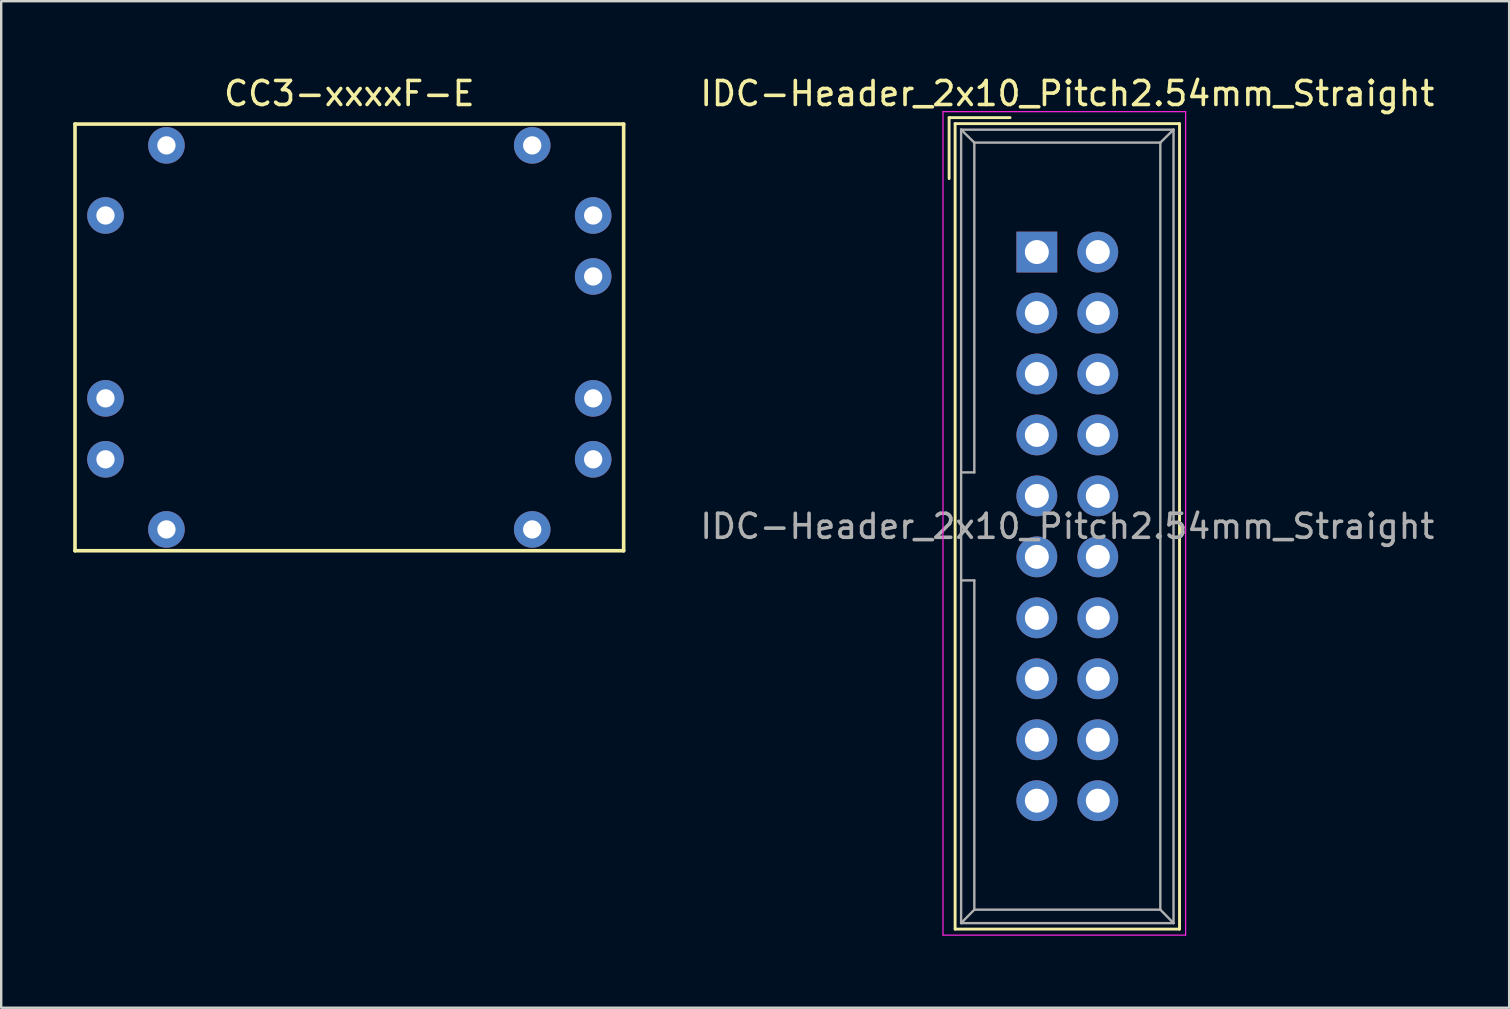
<source format=kicad_pcb>
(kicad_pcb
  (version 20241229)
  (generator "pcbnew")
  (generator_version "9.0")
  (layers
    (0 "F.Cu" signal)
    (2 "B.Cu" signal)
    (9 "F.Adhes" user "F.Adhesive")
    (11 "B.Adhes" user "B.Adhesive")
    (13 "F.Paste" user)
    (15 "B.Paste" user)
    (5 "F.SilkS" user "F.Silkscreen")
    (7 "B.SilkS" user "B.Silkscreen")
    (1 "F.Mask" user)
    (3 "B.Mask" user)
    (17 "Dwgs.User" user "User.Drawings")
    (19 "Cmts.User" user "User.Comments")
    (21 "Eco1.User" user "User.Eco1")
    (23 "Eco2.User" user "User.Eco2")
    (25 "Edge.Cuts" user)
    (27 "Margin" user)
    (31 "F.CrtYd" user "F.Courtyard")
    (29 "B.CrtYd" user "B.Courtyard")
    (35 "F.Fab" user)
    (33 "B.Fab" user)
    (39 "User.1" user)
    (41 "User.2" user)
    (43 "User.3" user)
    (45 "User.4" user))
  (footprint "IDC-Header_2x10_Pitch2.54mm_Straight"
    (layer "F.Cu")
    (at 40.151 7.452)
    (property "Reference" "IDC-Header_2x10_Pitch2.54mm_Straight" (at 1.27 -6.604 0) (layer "F.SilkS") (effects (font (size 1 1) (thickness 0.15))))
    (attr through_hole)
    (fp_line (start -3.655 -5.6) (end -3.655 -3.06) (stroke (width 0.12) (type solid)) (layer "F.SilkS"))
    (fp_line (start -3.655 -5.6) (end -1.115 -5.6) (stroke (width 0.12) (type solid)) (layer "F.SilkS"))
    (fp_line (start -3.405 -5.35) (end 5.945 -5.35) (stroke (width 0.12) (type solid)) (layer "F.SilkS"))
    (fp_line (start -3.405 28.21) (end -3.405 -5.35) (stroke (width 0.12) (type solid)) (layer "F.SilkS"))
    (fp_line (start 5.945 -5.35) (end 5.945 28.21) (stroke (width 0.12) (type solid)) (layer "F.SilkS"))
    (fp_line (start 5.945 28.21) (end -3.405 28.21) (stroke (width 0.12) (type solid)) (layer "F.SilkS"))
    (fp_line (start -3.91 -5.85) (end 6.2 -5.85) (stroke (width 0.05) (type solid)) (layer "F.CrtYd"))
    (fp_line (start -3.91 28.46) (end -3.91 -5.85) (stroke (width 0.05) (type solid)) (layer "F.CrtYd"))
    (fp_line (start 6.2 -5.85) (end 6.2 28.46) (stroke (width 0.05) (type solid)) (layer "F.CrtYd"))
    (fp_line (start 6.2 28.46) (end -3.91 28.46) (stroke (width 0.05) (type solid)) (layer "F.CrtYd"))
    (fp_line (start -3.155 -5.1) (end -3.155 27.96) (stroke (width 0.1) (type solid)) (layer "F.Fab"))
    (fp_line (start -3.155 -5.1) (end -2.605 -4.56) (stroke (width 0.1) (type solid)) (layer "F.Fab"))
    (fp_line (start -3.155 27.96) (end -2.605 27.4) (stroke (width 0.1) (type solid)) (layer "F.Fab"))
    (fp_line (start -2.605 -4.56) (end -2.605 9.18) (stroke (width 0.1) (type solid)) (layer "F.Fab"))
    (fp_line (start -2.605 9.18) (end -3.155 9.18) (stroke (width 0.1) (type solid)) (layer "F.Fab"))
    (fp_line (start -2.605 13.68) (end -3.155 13.68) (stroke (width 0.1) (type solid)) (layer "F.Fab"))
    (fp_line (start -2.605 13.68) (end -2.605 27.4) (stroke (width 0.1) (type solid)) (layer "F.Fab"))
    (fp_line (start 5.145 -4.56) (end -2.605 -4.56) (stroke (width 0.1) (type solid)) (layer "F.Fab"))
    (fp_line (start 5.145 -4.56) (end 5.145 27.4) (stroke (width 0.1) (type solid)) (layer "F.Fab"))
    (fp_line (start 5.145 27.4) (end -2.605 27.4) (stroke (width 0.1) (type solid)) (layer "F.Fab"))
    (fp_line (start 5.695 -5.1) (end -3.155 -5.1) (stroke (width 0.1) (type solid)) (layer "F.Fab"))
    (fp_line (start 5.695 -5.1) (end 5.145 -4.56) (stroke (width 0.1) (type solid)) (layer "F.Fab"))
    (fp_line (start 5.695 -5.1) (end 5.695 27.96) (stroke (width 0.1) (type solid)) (layer "F.Fab"))
    (fp_line (start 5.695 27.96) (end -3.155 27.96) (stroke (width 0.1) (type solid)) (layer "F.Fab"))
    (fp_line (start 5.695 27.96) (end 5.145 27.4) (stroke (width 0.1) (type solid)) (layer "F.Fab"))
    (fp_text user "${REFERENCE}" (at 1.27 11.43 0) (layer "F.Fab") (effects (font (size 1 1) (thickness 0.15))))
    (pad "1" thru_hole rect (at 0 0) (size 1.7 1.7) (drill 1) (layers "*.Cu" "*.Mask"))
    (pad "2" thru_hole oval (at 2.54 0) (size 1.7 1.7) (drill 1) (layers "*.Cu" "*.Mask"))
    (pad "3" thru_hole oval (at 0 2.54) (size 1.7 1.7) (drill 1) (layers "*.Cu" "*.Mask"))
    (pad "4" thru_hole oval (at 2.54 2.54) (size 1.7 1.7) (drill 1) (layers "*.Cu" "*.Mask"))
    (pad "5" thru_hole oval (at 0 5.08) (size 1.7 1.7) (drill 1) (layers "*.Cu" "*.Mask"))
    (pad "6" thru_hole oval (at 2.54 5.08) (size 1.7 1.7) (drill 1) (layers "*.Cu" "*.Mask"))
    (pad "7" thru_hole oval (at 0 7.62) (size 1.7 1.7) (drill 1) (layers "*.Cu" "*.Mask"))
    (pad "8" thru_hole oval (at 2.54 7.62) (size 1.7 1.7) (drill 1) (layers "*.Cu" "*.Mask"))
    (pad "9" thru_hole oval (at 0 10.16) (size 1.7 1.7) (drill 1) (layers "*.Cu" "*.Mask"))
    (pad "10" thru_hole oval (at 2.54 10.16) (size 1.7 1.7) (drill 1) (layers "*.Cu" "*.Mask"))
    (pad "11" thru_hole oval (at 0 12.7) (size 1.7 1.7) (drill 1) (layers "*.Cu" "*.Mask"))
    (pad "12" thru_hole oval (at 2.54 12.7) (size 1.7 1.7) (drill 1) (layers "*.Cu" "*.Mask"))
    (pad "13" thru_hole oval (at 0 15.24) (size 1.7 1.7) (drill 1) (layers "*.Cu" "*.Mask"))
    (pad "14" thru_hole oval (at 2.54 15.24) (size 1.7 1.7) (drill 1) (layers "*.Cu" "*.Mask"))
    (pad "15" thru_hole oval (at 0 17.78) (size 1.7 1.7) (drill 1) (layers "*.Cu" "*.Mask"))
    (pad "16" thru_hole oval (at 2.54 17.78) (size 1.7 1.7) (drill 1) (layers "*.Cu" "*.Mask"))
    (pad "17" thru_hole oval (at 0 20.32) (size 1.7 1.7) (drill 1) (layers "*.Cu" "*.Mask"))
    (pad "18" thru_hole oval (at 2.54 20.32) (size 1.7 1.7) (drill 1) (layers "*.Cu" "*.Mask"))
    (pad "19" thru_hole oval (at 0 22.86) (size 1.7 1.7) (drill 1) (layers "*.Cu" "*.Mask"))
    (pad "20" thru_hole oval (at 2.54 22.86) (size 1.7 1.7) (drill 1) (layers "*.Cu" "*.Mask")))
  (footprint "CC3-xxxxF-E"
    (layer "F.Cu")
    (at 6.425 26.248)
    (property "Reference" "CC3-xxxxF-E" (at 5.08 -25.4 0) (layer "F.SilkS") (effects (font (size 1 1) (thickness 0.15))))
    (attr through_hole)
    (fp_line (start -6.35 -24.13) (end 16.51 -24.13) (stroke (width 0.15) (type solid)) (layer "F.SilkS"))
    (fp_line (start -6.35 -6.35) (end -6.35 -24.13) (stroke (width 0.15) (type solid)) (layer "F.SilkS"))
    (fp_line (start 16.51 -24.13) (end 16.51 -6.35) (stroke (width 0.15) (type solid)) (layer "F.SilkS"))
    (fp_line (start 16.51 -6.35) (end -6.35 -6.35) (stroke (width 0.15) (type solid)) (layer "F.SilkS"))
    (pad "1" thru_hole circle (at -5.08 -20.32) (size 1.524 1.524) (drill 0.762) (layers "*.Cu" "*.Mask"))
    (pad "2" thru_hole circle (at -5.08 -12.7) (size 1.524 1.524) (drill 0.762) (layers "*.Cu" "*.Mask"))
    (pad "3" thru_hole circle (at -5.08 -10.16) (size 1.524 1.524) (drill 0.762) (layers "*.Cu" "*.Mask"))
    (pad "4" thru_hole circle (at 15.24 -10.16) (size 1.524 1.524) (drill 0.762) (layers "*.Cu" "*.Mask"))
    (pad "5" thru_hole circle (at 15.24 -12.7) (size 1.524 1.524) (drill 0.762) (layers "*.Cu" "*.Mask"))
    (pad "6" thru_hole circle (at 15.24 -17.78) (size 1.524 1.524) (drill 0.762) (layers "*.Cu" "*.Mask"))
    (pad "7" thru_hole circle (at 15.24 -20.32) (size 1.524 1.524) (drill 0.762) (layers "*.Cu" "*.Mask"))
    (pad "8" thru_hole circle (at 12.7 -7.239) (size 1.524 1.524) (drill 0.762) (layers "*.Cu" "*.Mask"))
    (pad "9" thru_hole circle (at -2.54 -7.239) (size 1.524 1.524) (drill 0.762) (layers "*.Cu" "*.Mask"))
    (pad "10" thru_hole circle (at 12.7 -23.241) (size 1.524 1.524) (drill 0.762) (layers "*.Cu" "*.Mask"))
    (pad "11" thru_hole circle (at -2.54 -23.241) (size 1.524 1.524) (drill 0.762) (layers "*.Cu" "*.Mask")))
  (gr_rect
    (start -3 -3)
    (end 59.831 38.937)
    (stroke (width 0.1) (type default))
    (fill no)
    (layer "Edge.Cuts")))
</source>
